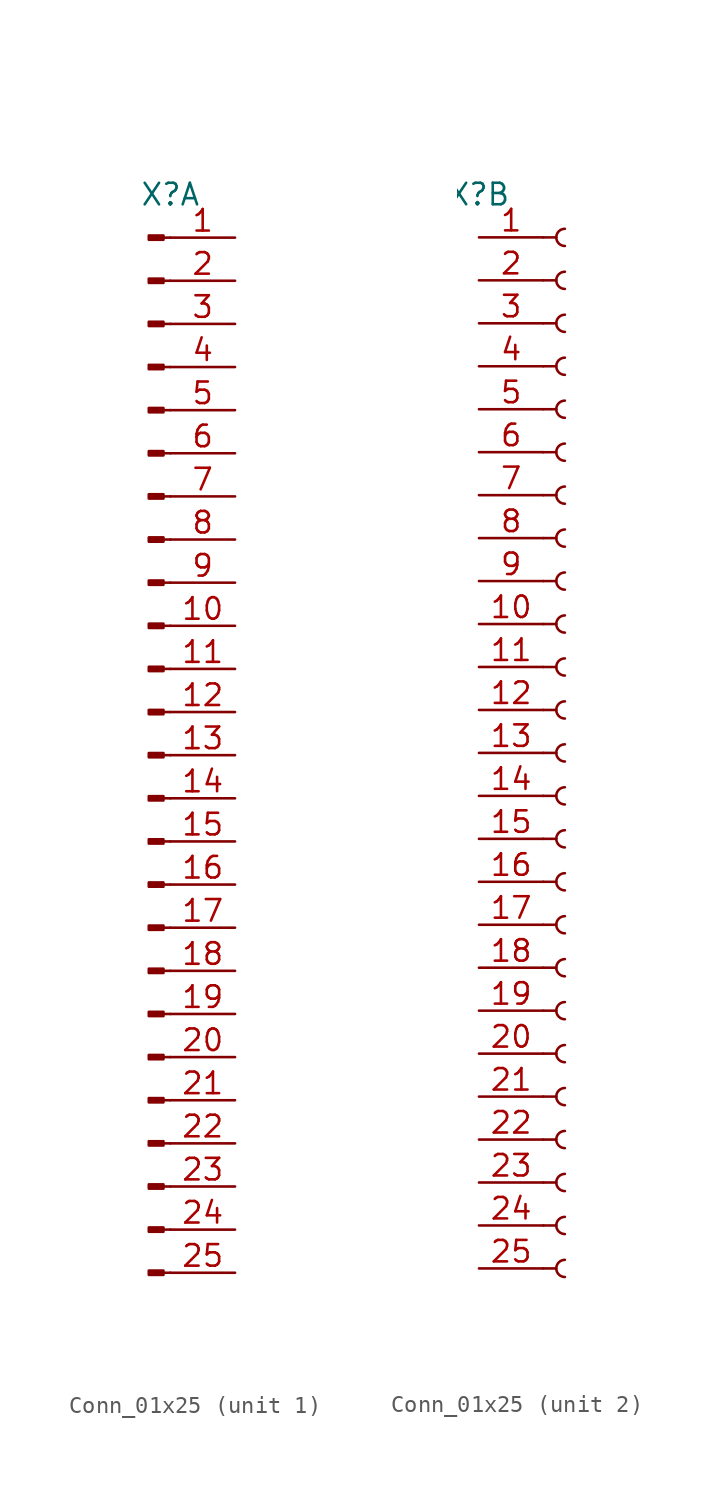
<source format=kicad_sym>
(kicad_symbol_lib
  (version 20241209)
  (generator "kicad_symbol_editor")
  (generator_version "9.0")
  (symbol "Conn_01x25"
    (pin_names
      (offset 1.016)
      (hide yes))
    (property "Reference" "X"
      (at 0 33.02 0)
      (effects (font (size 1.27 1.27))))
    (property "ki_locked" ""
      (at 0 0 0)
      (effects (font (size 1.27 1.27))))
    (symbol "Conn_01x25_1_1"
      (rectangle (start -0.406 30.607) (end -1.27 30.353) (stroke (width 0.152) (type default)) (fill (type outline)))
      (rectangle (start -0.406 28.067) (end -1.27 27.813) (stroke (width 0.152) (type default)) (fill (type outline)))
      (rectangle (start -0.406 25.527) (end -1.27 25.273) (stroke (width 0.152) (type default)) (fill (type outline)))
      (rectangle (start -0.406 22.987) (end -1.27 22.733) (stroke (width 0.152) (type default)) (fill (type outline)))
      (rectangle (start -0.406 20.447) (end -1.27 20.193) (stroke (width 0.152) (type default)) (fill (type outline)))
      (rectangle (start -0.406 17.907) (end -1.27 17.653) (stroke (width 0.152) (type default)) (fill (type outline)))
      (rectangle (start -0.406 15.367) (end -1.27 15.113) (stroke (width 0.152) (type default)) (fill (type outline)))
      (rectangle (start -0.406 12.827) (end -1.27 12.573) (stroke (width 0.152) (type default)) (fill (type outline)))
      (rectangle (start -0.406 10.287) (end -1.27 10.033) (stroke (width 0.152) (type default)) (fill (type outline)))
      (rectangle (start -0.406 7.747) (end -1.27 7.493) (stroke (width 0.152) (type default)) (fill (type outline)))
      (rectangle (start -0.406 5.207) (end -1.27 4.953) (stroke (width 0.152) (type default)) (fill (type outline)))
      (rectangle (start -0.406 2.667) (end -1.27 2.413) (stroke (width 0.152) (type default)) (fill (type outline)))
      (rectangle (start -0.406 0.127) (end -1.27 -0.127) (stroke (width 0.152) (type default)) (fill (type outline)))
      (rectangle (start -0.406 -2.413) (end -1.27 -2.667) (stroke (width 0.152) (type default)) (fill (type outline)))
      (rectangle (start -0.406 -4.953) (end -1.27 -5.207) (stroke (width 0.152) (type default)) (fill (type outline)))
      (rectangle (start -0.406 -7.493) (end -1.27 -7.747) (stroke (width 0.152) (type default)) (fill (type outline)))
      (rectangle (start -0.406 -10.033) (end -1.27 -10.287) (stroke (width 0.152) (type default)) (fill (type outline)))
      (rectangle (start -0.406 -12.573) (end -1.27 -12.827) (stroke (width 0.152) (type default)) (fill (type outline)))
      (rectangle (start -0.406 -15.113) (end -1.27 -15.367) (stroke (width 0.152) (type default)) (fill (type outline)))
      (rectangle (start -0.406 -17.653) (end -1.27 -17.907) (stroke (width 0.152) (type default)) (fill (type outline)))
      (rectangle (start -0.406 -20.193) (end -1.27 -20.447) (stroke (width 0.152) (type default)) (fill (type outline)))
      (rectangle (start -0.406 -22.733) (end -1.27 -22.987) (stroke (width 0.152) (type default)) (fill (type outline)))
      (rectangle (start -0.406 -25.273) (end -1.27 -25.527) (stroke (width 0.152) (type default)) (fill (type outline)))
      (rectangle (start -0.406 -27.813) (end -1.27 -28.067) (stroke (width 0.152) (type default)) (fill (type outline)))
      (rectangle (start -0.406 -30.353) (end -1.27 -30.607) (stroke (width 0.152) (type default)) (fill (type outline)))
      (polyline (pts (xy 0 30.48) (xy -0.406 30.48)) (stroke (width 0.152) (type default)) (fill (type none)))
      (polyline (pts (xy 0 27.94) (xy -0.406 27.94)) (stroke (width 0.152) (type default)) (fill (type none)))
      (polyline (pts (xy 0 25.4) (xy -0.406 25.4)) (stroke (width 0.152) (type default)) (fill (type none)))
      (polyline (pts (xy 0 22.86) (xy -0.406 22.86)) (stroke (width 0.152) (type default)) (fill (type none)))
      (polyline (pts (xy 0 20.32) (xy -0.406 20.32)) (stroke (width 0.152) (type default)) (fill (type none)))
      (polyline (pts (xy 0 17.78) (xy -0.406 17.78)) (stroke (width 0.152) (type default)) (fill (type none)))
      (polyline (pts (xy 0 15.24) (xy -0.406 15.24)) (stroke (width 0.152) (type default)) (fill (type none)))
      (polyline (pts (xy 0 12.7) (xy -0.406 12.7)) (stroke (width 0.152) (type default)) (fill (type none)))
      (polyline (pts (xy 0 10.16) (xy -0.406 10.16)) (stroke (width 0.152) (type default)) (fill (type none)))
      (polyline (pts (xy 0 7.62) (xy -0.406 7.62)) (stroke (width 0.152) (type default)) (fill (type none)))
      (polyline (pts (xy 0 5.08) (xy -0.406 5.08)) (stroke (width 0.152) (type default)) (fill (type none)))
      (polyline (pts (xy 0 2.54) (xy -0.406 2.54)) (stroke (width 0.152) (type default)) (fill (type none)))
      (polyline (pts (xy 0 0) (xy -0.406 0)) (stroke (width 0.152) (type default)) (fill (type none)))
      (polyline (pts (xy 0 -2.54) (xy -0.406 -2.54)) (stroke (width 0.152) (type default)) (fill (type none)))
      (polyline (pts (xy 0 -5.08) (xy -0.406 -5.08)) (stroke (width 0.152) (type default)) (fill (type none)))
      (polyline (pts (xy 0 -7.62) (xy -0.406 -7.62)) (stroke (width 0.152) (type default)) (fill (type none)))
      (polyline (pts (xy 0 -10.16) (xy -0.406 -10.16)) (stroke (width 0.152) (type default)) (fill (type none)))
      (polyline (pts (xy 0 -12.7) (xy -0.406 -12.7)) (stroke (width 0.152) (type default)) (fill (type none)))
      (polyline (pts (xy 0 -15.24) (xy -0.406 -15.24)) (stroke (width 0.152) (type default)) (fill (type none)))
      (polyline (pts (xy 0 -17.78) (xy -0.406 -17.78)) (stroke (width 0.152) (type default)) (fill (type none)))
      (polyline (pts (xy 0 -20.32) (xy -0.406 -20.32)) (stroke (width 0.152) (type default)) (fill (type none)))
      (polyline (pts (xy 0 -22.86) (xy -0.406 -22.86)) (stroke (width 0.152) (type default)) (fill (type none)))
      (polyline (pts (xy 0 -25.4) (xy -0.406 -25.4)) (stroke (width 0.152) (type default)) (fill (type none)))
      (polyline (pts (xy 0 -27.94) (xy -0.406 -27.94)) (stroke (width 0.152) (type default)) (fill (type none)))
      (polyline (pts (xy 0 -30.48) (xy -0.406 -30.48)) (stroke (width 0.152) (type default)) (fill (type none)))
      (pin passive line (at 3.81 30.48 180) (length 3.81) (name "Pin_1" (effects (font (size 1.27 1.27)))) (number "1" (effects (font (size 1.27 1.27)))))
      (pin passive line (at 3.81 27.94 180) (length 3.81) (name "Pin_2" (effects (font (size 1.27 1.27)))) (number "2" (effects (font (size 1.27 1.27)))))
      (pin passive line (at 3.81 25.4 180) (length 3.81) (name "Pin_3" (effects (font (size 1.27 1.27)))) (number "3" (effects (font (size 1.27 1.27)))))
      (pin passive line (at 3.81 22.86 180) (length 3.81) (name "Pin_4" (effects (font (size 1.27 1.27)))) (number "4" (effects (font (size 1.27 1.27)))))
      (pin passive line (at 3.81 20.32 180) (length 3.81) (name "Pin_5" (effects (font (size 1.27 1.27)))) (number "5" (effects (font (size 1.27 1.27)))))
      (pin passive line (at 3.81 17.78 180) (length 3.81) (name "Pin_6" (effects (font (size 1.27 1.27)))) (number "6" (effects (font (size 1.27 1.27)))))
      (pin passive line (at 3.81 15.24 180) (length 3.81) (name "Pin_7" (effects (font (size 1.27 1.27)))) (number "7" (effects (font (size 1.27 1.27)))))
      (pin passive line (at 3.81 12.7 180) (length 3.81) (name "Pin_8" (effects (font (size 1.27 1.27)))) (number "8" (effects (font (size 1.27 1.27)))))
      (pin passive line (at 3.81 10.16 180) (length 3.81) (name "Pin_9" (effects (font (size 1.27 1.27)))) (number "9" (effects (font (size 1.27 1.27)))))
      (pin passive line (at 3.81 7.62 180) (length 3.81) (name "Pin_10" (effects (font (size 1.27 1.27)))) (number "10" (effects (font (size 1.27 1.27)))))
      (pin passive line (at 3.81 5.08 180) (length 3.81) (name "Pin_11" (effects (font (size 1.27 1.27)))) (number "11" (effects (font (size 1.27 1.27)))))
      (pin passive line (at 3.81 2.54 180) (length 3.81) (name "Pin_12" (effects (font (size 1.27 1.27)))) (number "12" (effects (font (size 1.27 1.27)))))
      (pin passive line (at 3.81 0 180) (length 3.81) (name "Pin_13" (effects (font (size 1.27 1.27)))) (number "13" (effects (font (size 1.27 1.27)))))
      (pin passive line (at 3.81 -2.54 180) (length 3.81) (name "Pin_14" (effects (font (size 1.27 1.27)))) (number "14" (effects (font (size 1.27 1.27)))))
      (pin passive line (at 3.81 -5.08 180) (length 3.81) (name "Pin_15" (effects (font (size 1.27 1.27)))) (number "15" (effects (font (size 1.27 1.27)))))
      (pin passive line (at 3.81 -7.62 180) (length 3.81) (name "Pin_16" (effects (font (size 1.27 1.27)))) (number "16" (effects (font (size 1.27 1.27)))))
      (pin passive line (at 3.81 -10.16 180) (length 3.81) (name "Pin_17" (effects (font (size 1.27 1.27)))) (number "17" (effects (font (size 1.27 1.27)))))
      (pin passive line (at 3.81 -12.7 180) (length 3.81) (name "Pin_18" (effects (font (size 1.27 1.27)))) (number "18" (effects (font (size 1.27 1.27)))))
      (pin passive line (at 3.81 -15.24 180) (length 3.81) (name "Pin_19" (effects (font (size 1.27 1.27)))) (number "19" (effects (font (size 1.27 1.27)))))
      (pin passive line (at 3.81 -17.78 180) (length 3.81) (name "Pin_20" (effects (font (size 1.27 1.27)))) (number "20" (effects (font (size 1.27 1.27)))))
      (pin passive line (at 3.81 -20.32 180) (length 3.81) (name "Pin_21" (effects (font (size 1.27 1.27)))) (number "21" (effects (font (size 1.27 1.27)))))
      (pin passive line (at 3.81 -22.86 180) (length 3.81) (name "Pin_22" (effects (font (size 1.27 1.27)))) (number "22" (effects (font (size 1.27 1.27)))))
      (pin passive line (at 3.81 -25.4 180) (length 3.81) (name "Pin_23" (effects (font (size 1.27 1.27)))) (number "23" (effects (font (size 1.27 1.27)))))
      (pin passive line (at 3.81 -27.94 180) (length 3.81) (name "Pin_24" (effects (font (size 1.27 1.27)))) (number "24" (effects (font (size 1.27 1.27)))))
      (pin passive line (at 3.81 -30.48 180) (length 3.81) (name "Pin_25" (effects (font (size 1.27 1.27)))) (number "25" (effects (font (size 1.27 1.27))))))
    (symbol "Conn_01x25_2_1"
      (polyline (pts (xy 3.81 30.48) (xy 4.572 30.48)) (stroke (width 0.152) (type default)) (fill (type none)))
      (polyline (pts (xy 3.81 27.94) (xy 4.572 27.94)) (stroke (width 0.152) (type default)) (fill (type none)))
      (polyline (pts (xy 3.81 25.4) (xy 4.572 25.4)) (stroke (width 0.152) (type default)) (fill (type none)))
      (polyline (pts (xy 3.81 22.86) (xy 4.572 22.86)) (stroke (width 0.152) (type default)) (fill (type none)))
      (polyline (pts (xy 3.81 20.32) (xy 4.572 20.32)) (stroke (width 0.152) (type default)) (fill (type none)))
      (polyline (pts (xy 3.81 17.78) (xy 4.572 17.78)) (stroke (width 0.152) (type default)) (fill (type none)))
      (polyline (pts (xy 3.81 15.24) (xy 4.572 15.24)) (stroke (width 0.152) (type default)) (fill (type none)))
      (polyline (pts (xy 3.81 12.7) (xy 4.572 12.7)) (stroke (width 0.152) (type default)) (fill (type none)))
      (polyline (pts (xy 3.81 10.16) (xy 4.572 10.16)) (stroke (width 0.152) (type default)) (fill (type none)))
      (polyline (pts (xy 3.81 7.62) (xy 4.572 7.62)) (stroke (width 0.152) (type default)) (fill (type none)))
      (polyline (pts (xy 3.81 5.08) (xy 4.572 5.08)) (stroke (width 0.152) (type default)) (fill (type none)))
      (polyline (pts (xy 3.81 2.54) (xy 4.572 2.54)) (stroke (width 0.152) (type default)) (fill (type none)))
      (polyline (pts (xy 3.81 0) (xy 4.572 0)) (stroke (width 0.152) (type default)) (fill (type none)))
      (polyline (pts (xy 3.81 -2.54) (xy 4.572 -2.54)) (stroke (width 0.152) (type default)) (fill (type none)))
      (polyline (pts (xy 3.81 -5.08) (xy 4.572 -5.08)) (stroke (width 0.152) (type default)) (fill (type none)))
      (polyline (pts (xy 3.81 -7.62) (xy 4.572 -7.62)) (stroke (width 0.152) (type default)) (fill (type none)))
      (polyline (pts (xy 3.81 -10.16) (xy 4.572 -10.16)) (stroke (width 0.152) (type default)) (fill (type none)))
      (polyline (pts (xy 3.81 -12.7) (xy 4.572 -12.7)) (stroke (width 0.152) (type default)) (fill (type none)))
      (polyline (pts (xy 3.81 -15.24) (xy 4.572 -15.24)) (stroke (width 0.152) (type default)) (fill (type none)))
      (polyline (pts (xy 3.81 -17.78) (xy 4.572 -17.78)) (stroke (width 0.152) (type default)) (fill (type none)))
      (polyline (pts (xy 3.81 -20.32) (xy 4.572 -20.32)) (stroke (width 0.152) (type default)) (fill (type none)))
      (polyline (pts (xy 3.81 -22.86) (xy 4.572 -22.86)) (stroke (width 0.152) (type default)) (fill (type none)))
      (polyline (pts (xy 3.81 -25.4) (xy 4.572 -25.4)) (stroke (width 0.152) (type default)) (fill (type none)))
      (polyline (pts (xy 3.81 -27.94) (xy 4.572 -27.94)) (stroke (width 0.152) (type default)) (fill (type none)))
      (polyline (pts (xy 3.81 -30.48) (xy 4.572 -30.48)) (stroke (width 0.152) (type default)) (fill (type none)))
      (arc (start 5.08 29.972) (mid 4.5742 30.48) (end 5.08 30.988) (stroke (width 0.1524) (type default)) (fill (type none)))
      (arc (start 5.08 27.432) (mid 4.5742 27.94) (end 5.08 28.448) (stroke (width 0.1524) (type default)) (fill (type none)))
      (arc (start 5.08 24.892) (mid 4.5742 25.4) (end 5.08 25.908) (stroke (width 0.1524) (type default)) (fill (type none)))
      (arc (start 5.08 22.352) (mid 4.5742 22.86) (end 5.08 23.368) (stroke (width 0.1524) (type default)) (fill (type none)))
      (arc (start 5.08 19.812) (mid 4.5742 20.32) (end 5.08 20.828) (stroke (width 0.1524) (type default)) (fill (type none)))
      (arc (start 5.08 17.272) (mid 4.5742 17.78) (end 5.08 18.288) (stroke (width 0.1524) (type default)) (fill (type none)))
      (arc (start 5.08 14.732) (mid 4.5742 15.24) (end 5.08 15.748) (stroke (width 0.1524) (type default)) (fill (type none)))
      (arc (start 5.08 12.192) (mid 4.5742 12.7) (end 5.08 13.208) (stroke (width 0.1524) (type default)) (fill (type none)))
      (arc (start 5.08 9.652) (mid 4.5742 10.16) (end 5.08 10.668) (stroke (width 0.1524) (type default)) (fill (type none)))
      (arc (start 5.08 7.112) (mid 4.5742 7.62) (end 5.08 8.128) (stroke (width 0.1524) (type default)) (fill (type none)))
      (arc (start 5.08 4.572) (mid 4.5742 5.08) (end 5.08 5.588) (stroke (width 0.1524) (type default)) (fill (type none)))
      (arc (start 5.08 2.032) (mid 4.5742 2.54) (end 5.08 3.048) (stroke (width 0.1524) (type default)) (fill (type none)))
      (arc (start 5.08 -0.508) (mid 4.5742 0) (end 5.08 0.508) (stroke (width 0.1524) (type default)) (fill (type none)))
      (arc (start 5.08 -3.048) (mid 4.5742 -2.54) (end 5.08 -2.032) (stroke (width 0.1524) (type default)) (fill (type none)))
      (arc (start 5.08 -5.588) (mid 4.5742 -5.08) (end 5.08 -4.572) (stroke (width 0.1524) (type default)) (fill (type none)))
      (arc (start 5.08 -8.128) (mid 4.5742 -7.62) (end 5.08 -7.112) (stroke (width 0.1524) (type default)) (fill (type none)))
      (arc (start 5.08 -10.668) (mid 4.5742 -10.16) (end 5.08 -9.652) (stroke (width 0.1524) (type default)) (fill (type none)))
      (arc (start 5.08 -13.208) (mid 4.5742 -12.7) (end 5.08 -12.192) (stroke (width 0.1524) (type default)) (fill (type none)))
      (arc (start 5.08 -15.748) (mid 4.5742 -15.24) (end 5.08 -14.732) (stroke (width 0.1524) (type default)) (fill (type none)))
      (arc (start 5.08 -18.288) (mid 4.5742 -17.78) (end 5.08 -17.272) (stroke (width 0.1524) (type default)) (fill (type none)))
      (arc (start 5.08 -20.828) (mid 4.5742 -20.32) (end 5.08 -19.812) (stroke (width 0.1524) (type default)) (fill (type none)))
      (arc (start 5.08 -23.368) (mid 4.5742 -22.86) (end 5.08 -22.352) (stroke (width 0.1524) (type default)) (fill (type none)))
      (arc (start 5.08 -25.908) (mid 4.5742 -25.4) (end 5.08 -24.892) (stroke (width 0.1524) (type default)) (fill (type none)))
      (arc (start 5.08 -28.448) (mid 4.5742 -27.94) (end 5.08 -27.432) (stroke (width 0.1524) (type default)) (fill (type none)))
      (arc (start 5.08 -30.988) (mid 4.5742 -30.48) (end 5.08 -29.972) (stroke (width 0.1524) (type default)) (fill (type none)))
      (pin passive line (at 0 30.48 0) (length 3.81) (name "Pin_1" (effects (font (size 1.27 1.27)))) (number "1" (effects (font (size 1.27 1.27)))))
      (pin passive line (at 0 27.94 0) (length 3.81) (name "Pin_2" (effects (font (size 1.27 1.27)))) (number "2" (effects (font (size 1.27 1.27)))))
      (pin passive line (at 0 25.4 0) (length 3.81) (name "Pin_3" (effects (font (size 1.27 1.27)))) (number "3" (effects (font (size 1.27 1.27)))))
      (pin passive line (at 0 22.86 0) (length 3.81) (name "Pin_4" (effects (font (size 1.27 1.27)))) (number "4" (effects (font (size 1.27 1.27)))))
      (pin passive line (at 0 20.32 0) (length 3.81) (name "Pin_5" (effects (font (size 1.27 1.27)))) (number "5" (effects (font (size 1.27 1.27)))))
      (pin passive line (at 0 17.78 0) (length 3.81) (name "Pin_6" (effects (font (size 1.27 1.27)))) (number "6" (effects (font (size 1.27 1.27)))))
      (pin passive line (at 0 15.24 0) (length 3.81) (name "Pin_7" (effects (font (size 1.27 1.27)))) (number "7" (effects (font (size 1.27 1.27)))))
      (pin passive line (at 0 12.7 0) (length 3.81) (name "Pin_8" (effects (font (size 1.27 1.27)))) (number "8" (effects (font (size 1.27 1.27)))))
      (pin passive line (at 0 10.16 0) (length 3.81) (name "Pin_9" (effects (font (size 1.27 1.27)))) (number "9" (effects (font (size 1.27 1.27)))))
      (pin passive line (at 0 7.62 0) (length 3.81) (name "Pin_10" (effects (font (size 1.27 1.27)))) (number "10" (effects (font (size 1.27 1.27)))))
      (pin passive line (at 0 5.08 0) (length 3.81) (name "Pin_11" (effects (font (size 1.27 1.27)))) (number "11" (effects (font (size 1.27 1.27)))))
      (pin passive line (at 0 2.54 0) (length 3.81) (name "Pin_12" (effects (font (size 1.27 1.27)))) (number "12" (effects (font (size 1.27 1.27)))))
      (pin passive line (at 0 0 0) (length 3.81) (name "Pin_13" (effects (font (size 1.27 1.27)))) (number "13" (effects (font (size 1.27 1.27)))))
      (pin passive line (at 0 -2.54 0) (length 3.81) (name "Pin_14" (effects (font (size 1.27 1.27)))) (number "14" (effects (font (size 1.27 1.27)))))
      (pin passive line (at 0 -5.08 0) (length 3.81) (name "Pin_15" (effects (font (size 1.27 1.27)))) (number "15" (effects (font (size 1.27 1.27)))))
      (pin passive line (at 0 -7.62 0) (length 3.81) (name "Pin_16" (effects (font (size 1.27 1.27)))) (number "16" (effects (font (size 1.27 1.27)))))
      (pin passive line (at 0 -10.16 0) (length 3.81) (name "Pin_17" (effects (font (size 1.27 1.27)))) (number "17" (effects (font (size 1.27 1.27)))))
      (pin passive line (at 0 -12.7 0) (length 3.81) (name "Pin_18" (effects (font (size 1.27 1.27)))) (number "18" (effects (font (size 1.27 1.27)))))
      (pin passive line (at 0 -15.24 0) (length 3.81) (name "Pin_19" (effects (font (size 1.27 1.27)))) (number "19" (effects (font (size 1.27 1.27)))))
      (pin passive line (at 0 -17.78 0) (length 3.81) (name "Pin_20" (effects (font (size 1.27 1.27)))) (number "20" (effects (font (size 1.27 1.27)))))
      (pin passive line (at 0 -20.32 0) (length 3.81) (name "Pin_21" (effects (font (size 1.27 1.27)))) (number "21" (effects (font (size 1.27 1.27)))))
      (pin passive line (at 0 -22.86 0) (length 3.81) (name "Pin_22" (effects (font (size 1.27 1.27)))) (number "22" (effects (font (size 1.27 1.27)))))
      (pin passive line (at 0 -25.4 0) (length 3.81) (name "Pin_23" (effects (font (size 1.27 1.27)))) (number "23" (effects (font (size 1.27 1.27)))))
      (pin passive line (at 0 -27.94 0) (length 3.81) (name "Pin_24" (effects (font (size 1.27 1.27)))) (number "24" (effects (font (size 1.27 1.27)))))
      (pin passive line (at 0 -30.48 0) (length 3.81) (name "Pin_25" (effects (font (size 1.27 1.27)))) (number "25" (effects (font (size 1.27 1.27))))))))
</source>
